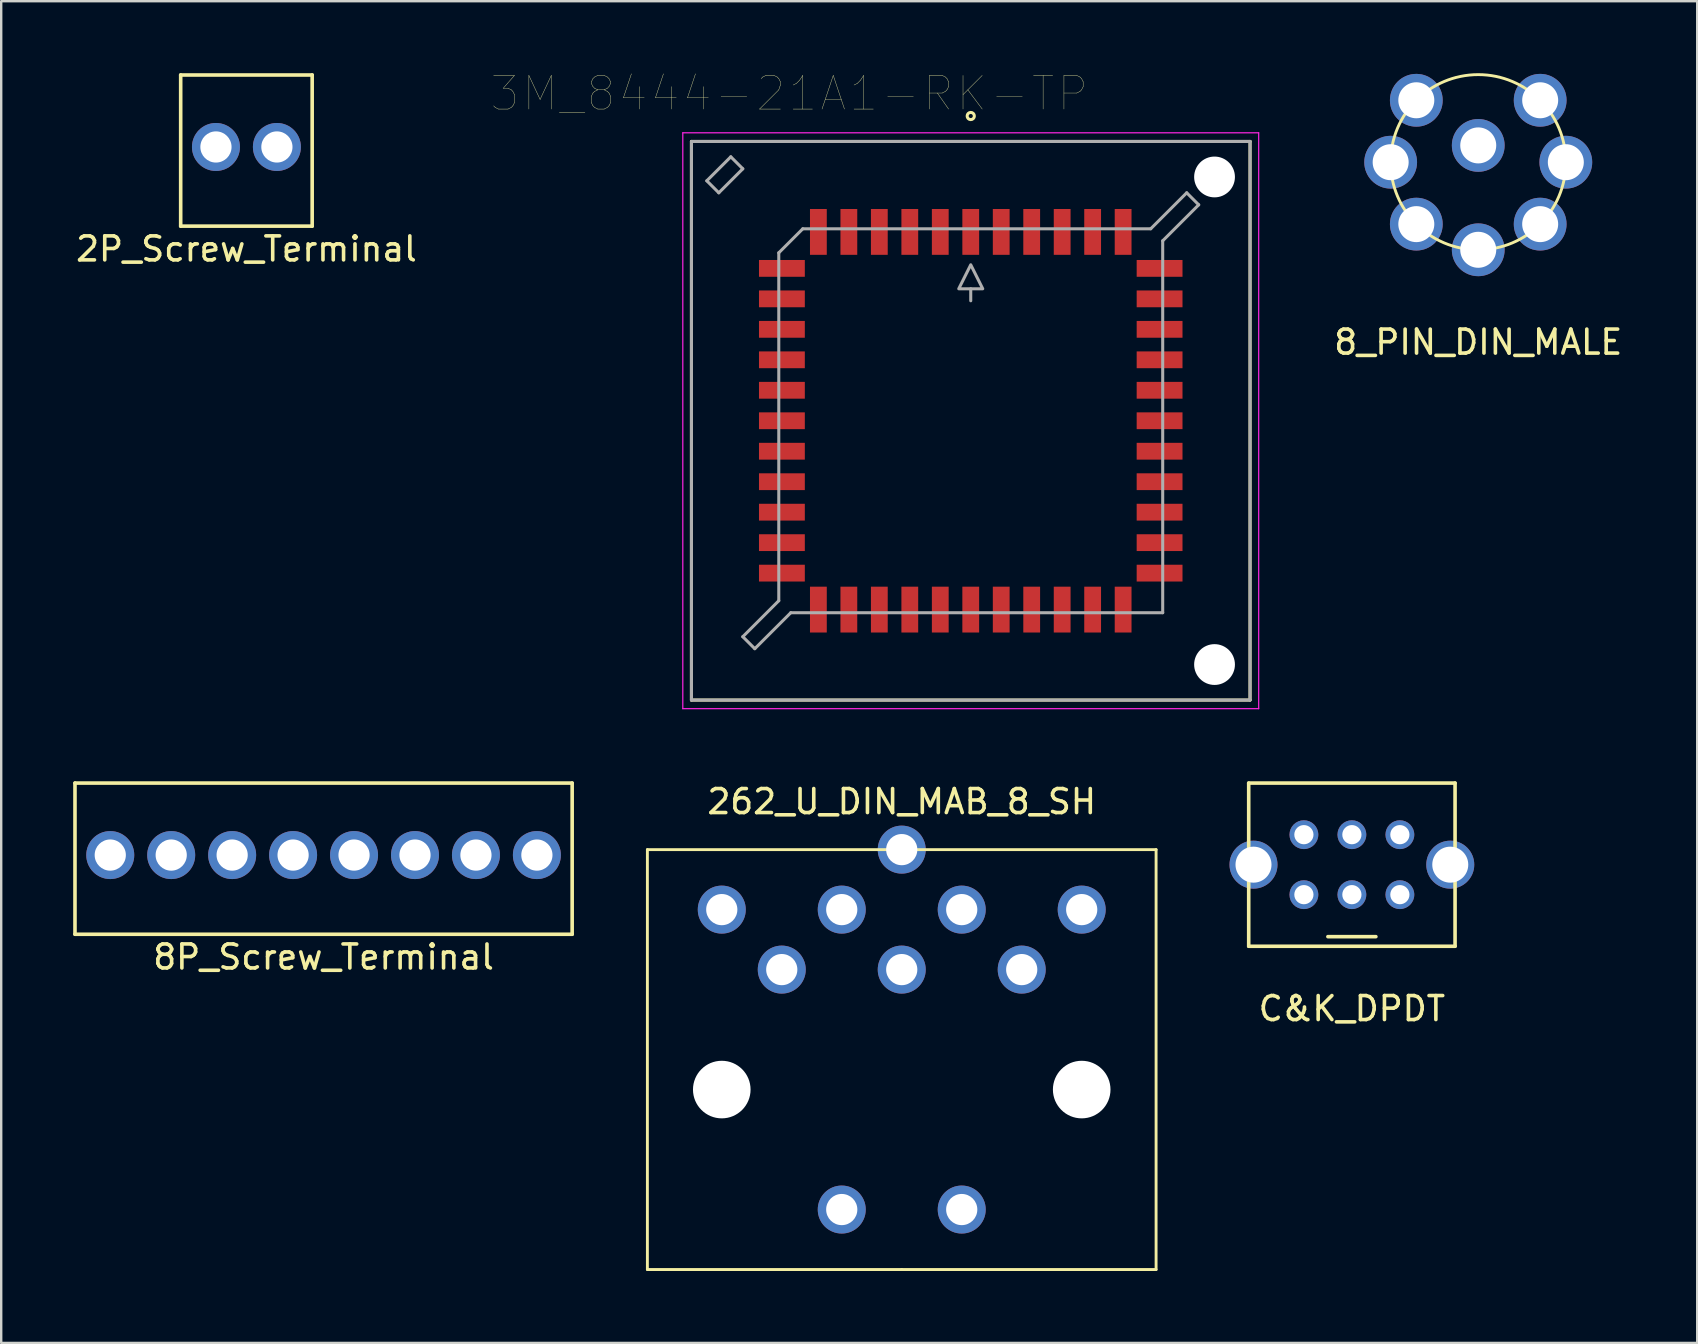
<source format=kicad_pcb>
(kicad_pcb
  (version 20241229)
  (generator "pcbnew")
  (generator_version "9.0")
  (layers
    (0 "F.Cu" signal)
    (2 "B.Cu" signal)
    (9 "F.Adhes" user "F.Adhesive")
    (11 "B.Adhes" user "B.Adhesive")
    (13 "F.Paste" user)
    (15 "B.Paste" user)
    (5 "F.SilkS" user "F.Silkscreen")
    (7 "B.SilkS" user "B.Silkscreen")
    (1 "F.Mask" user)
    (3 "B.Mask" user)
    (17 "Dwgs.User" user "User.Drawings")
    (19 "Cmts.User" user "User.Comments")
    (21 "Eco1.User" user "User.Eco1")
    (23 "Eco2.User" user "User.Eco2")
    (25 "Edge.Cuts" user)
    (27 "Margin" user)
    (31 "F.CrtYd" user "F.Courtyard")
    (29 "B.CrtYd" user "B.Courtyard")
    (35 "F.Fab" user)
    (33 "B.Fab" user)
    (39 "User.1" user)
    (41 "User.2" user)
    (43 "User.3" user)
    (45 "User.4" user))
  (footprint "262_U_DIN_MAB_8_SH"
    (layer "F.Cu")
    (at 34.53 34.858)
    (property "Reference" "262_U_DIN_MAB_8_SH" (at 0 -4.5 0) (layer "F.SilkS") (effects (font (size 1 1) (thickness 0.15))))
    (attr through_hole)
    (fp_line (start -10.6 -2.5) (end -10.6 15) (stroke (width 0.12) (type solid)) (layer "F.SilkS"))
    (fp_line (start -10.6 15) (end 0 15) (stroke (width 0.12) (type solid)) (layer "F.SilkS"))
    (fp_line (start 0 15) (end 10.6 15) (stroke (width 0.12) (type solid)) (layer "F.SilkS"))
    (fp_line (start 10.6 -2.5) (end -10.6 -2.5) (stroke (width 0.12) (type solid)) (layer "F.SilkS"))
    (fp_line (start 10.6 15) (end 10.6 -2.5) (stroke (width 0.12) (type solid)) (layer "F.SilkS"))
    (pad "" np_thru_hole circle (at -7.5 7.5) (size 2.4 2.4) (drill 2.4) (layers "*.Cu" "*.Mask"))
    (pad "" np_thru_hole circle (at 7.5 7.5) (size 2.4 2.4) (drill 2.4) (layers "*.Cu" "*.Mask"))
    (pad "0" thru_hole circle (at -2.5 12.5) (size 2 2) (drill 1.3) (layers "*.Cu" "*.Mask"))
    (pad "0" thru_hole circle (at 2.5 12.5) (size 2 2) (drill 1.3) (layers "*.Cu" "*.Mask"))
    (pad "1" thru_hole circle (at 5 2.5) (size 2 2) (drill 1.3) (layers "*.Cu" "*.Mask"))
    (pad "2" thru_hole circle (at 0 2.5) (size 2 2) (drill 1.3) (layers "*.Cu" "*.Mask"))
    (pad "3" thru_hole circle (at -5 2.5) (size 2 2) (drill 1.3) (layers "*.Cu" "*.Mask"))
    (pad "4" thru_hole circle (at 2.5 0) (size 2 2) (drill 1.3) (layers "*.Cu" "*.Mask"))
    (pad "5" thru_hole circle (at -2.5 0) (size 2 2) (drill 1.3) (layers "*.Cu" "*.Mask"))
    (pad "6" thru_hole circle (at 0 -2.5) (size 2 2) (drill 1.3) (layers "*.Cu" "*.Mask"))
    (pad "7" thru_hole circle (at 7.5 0) (size 2 2) (drill 1.3) (layers "*.Cu" "*.Mask"))
    (pad "8" thru_hole circle (at -7.5 0) (size 2 2) (drill 1.3) (layers "*.Cu" "*.Mask")))
  (footprint "8_PIN_DIN_MALE"
    (layer "F.Cu")
    (at 58.556 3.71)
    (property "Reference" "8_PIN_DIN_MALE" (at 0 7.5 0) (layer "F.SilkS") (effects (font (size 1 1) (thickness 0.15))))
    (attr through_hole)
    (fp_circle (center 0 0) (end 3.65 0) (stroke (width 0.12) (type solid)) (fill no) (layer "F.SilkS"))
    (pad "1" thru_hole circle (at -3.65 0) (size 2.2 2.2) (drill 1.5) (layers "*.Cu" "*.Mask"))
    (pad "2" thru_hole circle (at 0 3.65) (size 2.2 2.2) (drill 1.5) (layers "*.Cu" "*.Mask"))
    (pad "3" thru_hole circle (at 3.65 0) (size 2.2 2.2) (drill 1.5) (layers "*.Cu" "*.Mask"))
    (pad "4" thru_hole circle (at -2.581 2.581) (size 2.2 2.2) (drill 1.5) (layers "*.Cu" "*.Mask"))
    (pad "5" thru_hole circle (at 2.581 2.581) (size 2.2 2.2) (drill 1.5) (layers "*.Cu" "*.Mask"))
    (pad "6" thru_hole circle (at -2.581 -2.581) (size 2.2 2.2) (drill 1.5) (layers "*.Cu" "*.Mask"))
    (pad "7" thru_hole circle (at 2.581 -2.581) (size 2.2 2.2) (drill 1.5) (layers "*.Cu" "*.Mask"))
    (pad "8" thru_hole circle (at 0 -0.7) (size 2.2 2.2) (drill 1.5) (layers "*.Cu" "*.Mask")))
  (footprint "C&K_DPDT"
    (layer "F.Cu")
    (at 53.29 32.985)
    (property "Reference" "C&K_DPDT" (at 0 6 0) (layer "F.SilkS") (effects (font (size 1 1) (thickness 0.15))))
    (attr through_hole)
    (fp_line (start -4.3 -3.4) (end 4.3 -3.4) (stroke (width 0.15) (type solid)) (layer "F.SilkS"))
    (fp_line (start -4.3 3.4) (end -4.3 -3.4) (stroke (width 0.15) (type solid)) (layer "F.SilkS"))
    (fp_line (start -1 3) (end 1 3) (stroke (width 0.15) (type solid)) (layer "F.SilkS"))
    (fp_line (start 4.3 -3.4) (end 4.3 3.4) (stroke (width 0.15) (type solid)) (layer "F.SilkS"))
    (fp_line (start 4.3 3.4) (end -4.3 3.4) (stroke (width 0.15) (type solid)) (layer "F.SilkS"))
    (pad "1" thru_hole circle (at -2 -1.25) (size 1.2 1.2) (drill 0.8) (layers "*.Cu" "*.Mask"))
    (pad "2" thru_hole circle (at 0 -1.25) (size 1.2 1.2) (drill 0.8) (layers "*.Cu" "*.Mask"))
    (pad "3" thru_hole circle (at 2 -1.25) (size 1.2 1.2) (drill 0.8) (layers "*.Cu" "*.Mask"))
    (pad "4" thru_hole circle (at -2 1.25) (size 1.2 1.2) (drill 0.8) (layers "*.Cu" "*.Mask"))
    (pad "5" thru_hole circle (at 0 1.25) (size 1.2 1.2) (drill 0.8) (layers "*.Cu" "*.Mask"))
    (pad "6" thru_hole circle (at 2 1.25) (size 1.2 1.2) (drill 0.8) (layers "*.Cu" "*.Mask"))
    (pad "S" thru_hole circle (at -4.1 0) (size 2 2) (drill 1.5) (layers "*.Cu" "*.Mask"))
    (pad "S" thru_hole circle (at 4.1 0) (size 2 2) (drill 1.5) (layers "*.Cu" "*.Mask")))
  (footprint "8P_Screw_Terminal"
    (layer "F.Cu")
    (at 10.435 32.585)
    (property "Reference" "8P_Screw_Terminal" (at 0 4.25 0) (layer "F.SilkS") (effects (font (size 1 1) (thickness 0.15))))
    (attr through_hole)
    (fp_line (start -10.36 -3) (end 10.36 -3) (stroke (width 0.15) (type solid)) (layer "F.SilkS"))
    (fp_line (start -10.36 3.3) (end -10.36 -3) (stroke (width 0.15) (type solid)) (layer "F.SilkS"))
    (fp_line (start 10.36 -3) (end 10.36 3.3) (stroke (width 0.15) (type solid)) (layer "F.SilkS"))
    (fp_line (start 10.36 3.3) (end -10.36 3.3) (stroke (width 0.15) (type solid)) (layer "F.SilkS"))
    (pad "1" thru_hole circle (at -8.89 0) (size 2 2) (drill 1.3) (layers "*.Cu" "*.Mask"))
    (pad "2" thru_hole circle (at -6.35 0) (size 2 2) (drill 1.3) (layers "*.Cu" "*.Mask"))
    (pad "3" thru_hole circle (at -3.81 0) (size 2 2) (drill 1.3) (layers "*.Cu" "*.Mask"))
    (pad "4" thru_hole circle (at -1.27 0) (size 2 2) (drill 1.3) (layers "*.Cu" "*.Mask"))
    (pad "5" thru_hole circle (at 1.27 0) (size 2 2) (drill 1.3) (layers "*.Cu" "*.Mask"))
    (pad "6" thru_hole circle (at 3.81 0) (size 2 2) (drill 1.3) (layers "*.Cu" "*.Mask"))
    (pad "7" thru_hole circle (at 6.35 0) (size 2 2) (drill 1.3) (layers "*.Cu" "*.Mask"))
    (pad "8" thru_hole circle (at 8.89 0) (size 2 2) (drill 1.3) (layers "*.Cu" "*.Mask")))
  (footprint "2P_Screw_Terminal"
    (layer "F.Cu")
    (at 7.22 3.075)
    (property "Reference" "2P_Screw_Terminal" (at 0 4.25 0) (layer "F.SilkS") (effects (font (size 1 1) (thickness 0.15))))
    (attr through_hole)
    (fp_line (start -2.74 -3) (end 2.74 -3) (stroke (width 0.15) (type solid)) (layer "F.SilkS"))
    (fp_line (start -2.74 3.3) (end -2.74 -3) (stroke (width 0.15) (type solid)) (layer "F.SilkS"))
    (fp_line (start 2.74 -3) (end 2.74 3.3) (stroke (width 0.15) (type solid)) (layer "F.SilkS"))
    (fp_line (start 2.74 3.3) (end -2.74 3.3) (stroke (width 0.15) (type solid)) (layer "F.SilkS"))
    (pad "1" thru_hole circle (at -1.27 0) (size 2 2) (drill 1.3) (layers "*.Cu" "*.Mask"))
    (pad "2" thru_hole circle (at 1.27 0) (size 2 2) (drill 1.3) (layers "*.Cu" "*.Mask")))
  (footprint "3M_8444-21A1-RK-TP"
    (layer "F.Cu")
    (at 37.406 14.485)
    (property "Reference" "3M_8444-21A1-RK-TP" (at -7.566 -13.638 0) (layer "F.SilkS") (effects (font (size 1.402 1.402) (thickness 0.015))))
    (attr through_hole)
    (fp_line (start -11.64 -11.64) (end 11.64 -11.64) (stroke (width 0.127) (type solid)) (layer "F.SilkS"))
    (fp_line (start -11.64 11.64) (end -11.64 -11.64) (stroke (width 0.127) (type solid)) (layer "F.SilkS"))
    (fp_line (start 11.64 -11.64) (end 11.64 11.64) (stroke (width 0.127) (type solid)) (layer "F.SilkS"))
    (fp_line (start 11.64 11.64) (end -11.64 11.64) (stroke (width 0.127) (type solid)) (layer "F.SilkS"))
    (fp_circle (center 0 -12.7) (end 0.15 -12.7) (stroke (width 0.127) (type solid)) (fill no) (layer "F.SilkS"))
    (fp_line (start -12 -12) (end 12 -12) (stroke (width 0.05) (type solid)) (layer "F.CrtYd"))
    (fp_line (start -12 12) (end -12 -12) (stroke (width 0.05) (type solid)) (layer "F.CrtYd"))
    (fp_line (start 12 -12) (end 12 12) (stroke (width 0.05) (type solid)) (layer "F.CrtYd"))
    (fp_line (start 12 12) (end -12 12) (stroke (width 0.05) (type solid)) (layer "F.CrtYd"))
    (fp_line (start -11.64 -11.64) (end 11.64 -11.64) (stroke (width 0.127) (type solid)) (layer "F.Fab"))
    (fp_line (start -11.64 11.64) (end -11.64 -11.64) (stroke (width 0.127) (type solid)) (layer "F.Fab"))
    (fp_line (start -11 -10) (end -10.5 -9.5) (stroke (width 0.127) (type solid)) (layer "F.Fab"))
    (fp_line (start -10.5 -9.5) (end -9.5 -10.5) (stroke (width 0.127) (type solid)) (layer "F.Fab"))
    (fp_line (start -10 -11) (end -11 -10) (stroke (width 0.127) (type solid)) (layer "F.Fab"))
    (fp_line (start -9.5 -10.5) (end -10 -11) (stroke (width 0.127) (type solid)) (layer "F.Fab"))
    (fp_line (start -9.5 9) (end -8 7.5) (stroke (width 0.127) (type solid)) (layer "F.Fab"))
    (fp_line (start -9 9.5) (end -9.5 9) (stroke (width 0.127) (type solid)) (layer "F.Fab"))
    (fp_line (start -8 -7) (end -7 -8) (stroke (width 0.127) (type solid)) (layer "F.Fab"))
    (fp_line (start -8 7.5) (end -8 -7) (stroke (width 0.127) (type solid)) (layer "F.Fab"))
    (fp_line (start -7.5 8) (end -9 9.5) (stroke (width 0.127) (type solid)) (layer "F.Fab"))
    (fp_line (start -7 -8) (end 7.5 -8) (stroke (width 0.127) (type solid)) (layer "F.Fab"))
    (fp_line (start 0 -5.5) (end 0 -5) (stroke (width 0.127) (type solid)) (layer "F.Fab"))
    (fp_line (start 7.5 -8) (end 9 -9.5) (stroke (width 0.127) (type solid)) (layer "F.Fab"))
    (fp_line (start 8 -7.5) (end 8 8) (stroke (width 0.127) (type solid)) (layer "F.Fab"))
    (fp_line (start 8 8) (end -7.5 8) (stroke (width 0.127) (type solid)) (layer "F.Fab"))
    (fp_line (start 9 -9.5) (end 9.5 -9) (stroke (width 0.127) (type solid)) (layer "F.Fab"))
    (fp_line (start 9.5 -9) (end 8 -7.5) (stroke (width 0.127) (type solid)) (layer "F.Fab"))
    (fp_line (start 11.64 -11.64) (end 11.64 11.64) (stroke (width 0.127) (type solid)) (layer "F.Fab"))
    (fp_line (start 11.64 11.64) (end -11.64 11.64) (stroke (width 0.127) (type solid)) (layer "F.Fab"))
    (fp_poly (pts (xy 0 -6.5) (xy -0.5 -5.5) (xy 0.5 -5.5)) (stroke (width 0.127) (type solid)) (fill no) (layer "F.Fab"))
    (pad "" np_thru_hole circle (at 10.16 -10.16) (size 1.7 1.7) (drill 1.7) (layers "*.Cu" "*.Mask"))
    (pad "" np_thru_hole circle (at 10.16 10.16) (size 1.7 1.7) (drill 1.7) (layers "*.Cu" "*.Mask"))
    (pad "1" smd rect (at 0 -7.87) (size 0.7 1.91) (layers "F.Cu" "F.Mask" "F.Paste"))
    (pad "2" smd rect (at -1.27 -7.87) (size 0.7 1.91) (layers "F.Cu" "F.Mask" "F.Paste"))
    (pad "3" smd rect (at -2.54 -7.87) (size 0.7 1.91) (layers "F.Cu" "F.Mask" "F.Paste"))
    (pad "4" smd rect (at -3.81 -7.87) (size 0.7 1.91) (layers "F.Cu" "F.Mask" "F.Paste"))
    (pad "5" smd rect (at -5.08 -7.87) (size 0.7 1.91) (layers "F.Cu" "F.Mask" "F.Paste"))
    (pad "6" smd rect (at -6.35 -7.87) (size 0.7 1.91) (layers "F.Cu" "F.Mask" "F.Paste"))
    (pad "7" smd rect (at -7.87 -6.35) (size 1.91 0.7) (layers "F.Cu" "F.Mask" "F.Paste"))
    (pad "8" smd rect (at -7.87 -5.08) (size 1.91 0.7) (layers "F.Cu" "F.Mask" "F.Paste"))
    (pad "9" smd rect (at -7.87 -3.81) (size 1.91 0.7) (layers "F.Cu" "F.Mask" "F.Paste"))
    (pad "10" smd rect (at -7.87 -2.54) (size 1.91 0.7) (layers "F.Cu" "F.Mask" "F.Paste"))
    (pad "11" smd rect (at -7.87 -1.27) (size 1.91 0.7) (layers "F.Cu" "F.Mask" "F.Paste"))
    (pad "12" smd rect (at -7.87 0) (size 1.91 0.7) (layers "F.Cu" "F.Mask" "F.Paste"))
    (pad "13" smd rect (at -7.87 1.27) (size 1.91 0.7) (layers "F.Cu" "F.Mask" "F.Paste"))
    (pad "14" smd rect (at -7.87 2.54) (size 1.91 0.7) (layers "F.Cu" "F.Mask" "F.Paste"))
    (pad "15" smd rect (at -7.87 3.81) (size 1.91 0.7) (layers "F.Cu" "F.Mask" "F.Paste"))
    (pad "16" smd rect (at -7.87 5.08) (size 1.91 0.7) (layers "F.Cu" "F.Mask" "F.Paste"))
    (pad "17" smd rect (at -7.87 6.35) (size 1.91 0.7) (layers "F.Cu" "F.Mask" "F.Paste"))
    (pad "18" smd rect (at -6.35 7.87) (size 0.7 1.91) (layers "F.Cu" "F.Mask" "F.Paste"))
    (pad "19" smd rect (at -5.08 7.87) (size 0.7 1.91) (layers "F.Cu" "F.Mask" "F.Paste"))
    (pad "20" smd rect (at -3.81 7.87) (size 0.7 1.91) (layers "F.Cu" "F.Mask" "F.Paste"))
    (pad "21" smd rect (at -2.54 7.87) (size 0.7 1.91) (layers "F.Cu" "F.Mask" "F.Paste"))
    (pad "22" smd rect (at -1.27 7.87) (size 0.7 1.91) (layers "F.Cu" "F.Mask" "F.Paste"))
    (pad "23" smd rect (at 0 7.87) (size 0.7 1.91) (layers "F.Cu" "F.Mask" "F.Paste"))
    (pad "24" smd rect (at 1.27 7.87) (size 0.7 1.91) (layers "F.Cu" "F.Mask" "F.Paste"))
    (pad "25" smd rect (at 2.54 7.87) (size 0.7 1.91) (layers "F.Cu" "F.Mask" "F.Paste"))
    (pad "26" smd rect (at 3.81 7.87) (size 0.7 1.91) (layers "F.Cu" "F.Mask" "F.Paste"))
    (pad "27" smd rect (at 5.08 7.87) (size 0.7 1.91) (layers "F.Cu" "F.Mask" "F.Paste"))
    (pad "28" smd rect (at 6.35 7.87) (size 0.7 1.91) (layers "F.Cu" "F.Mask" "F.Paste"))
    (pad "29" smd rect (at 7.87 6.35) (size 1.91 0.7) (layers "F.Cu" "F.Mask" "F.Paste"))
    (pad "30" smd rect (at 7.87 5.08) (size 1.91 0.7) (layers "F.Cu" "F.Mask" "F.Paste"))
    (pad "31" smd rect (at 7.87 3.81) (size 1.91 0.7) (layers "F.Cu" "F.Mask" "F.Paste"))
    (pad "32" smd rect (at 7.87 2.54) (size 1.91 0.7) (layers "F.Cu" "F.Mask" "F.Paste"))
    (pad "33" smd rect (at 7.87 1.27) (size 1.91 0.7) (layers "F.Cu" "F.Mask" "F.Paste"))
    (pad "34" smd rect (at 7.87 0) (size 1.91 0.7) (layers "F.Cu" "F.Mask" "F.Paste"))
    (pad "35" smd rect (at 7.87 -1.27) (size 1.91 0.7) (layers "F.Cu" "F.Mask" "F.Paste"))
    (pad "36" smd rect (at 7.87 -2.54) (size 1.91 0.7) (layers "F.Cu" "F.Mask" "F.Paste"))
    (pad "37" smd rect (at 7.87 -3.81) (size 1.91 0.7) (layers "F.Cu" "F.Mask" "F.Paste"))
    (pad "38" smd rect (at 7.87 -5.08) (size 1.91 0.7) (layers "F.Cu" "F.Mask" "F.Paste"))
    (pad "39" smd rect (at 7.87 -6.35) (size 1.91 0.7) (layers "F.Cu" "F.Mask" "F.Paste"))
    (pad "40" smd rect (at 6.35 -7.87) (size 0.7 1.91) (layers "F.Cu" "F.Mask" "F.Paste"))
    (pad "41" smd rect (at 5.08 -7.87) (size 0.7 1.91) (layers "F.Cu" "F.Mask" "F.Paste"))
    (pad "42" smd rect (at 3.81 -7.87) (size 0.7 1.91) (layers "F.Cu" "F.Mask" "F.Paste"))
    (pad "43" smd rect (at 2.54 -7.87) (size 0.7 1.91) (layers "F.Cu" "F.Mask" "F.Paste"))
    (pad "44" smd rect (at 1.27 -7.87) (size 0.7 1.91) (layers "F.Cu" "F.Mask" "F.Paste")))
  (gr_rect
    (start -3 -3)
    (end 67.681 52.918)
    (stroke (width 0.1) (type default))
    (fill no)
    (layer "Edge.Cuts")))
</source>
